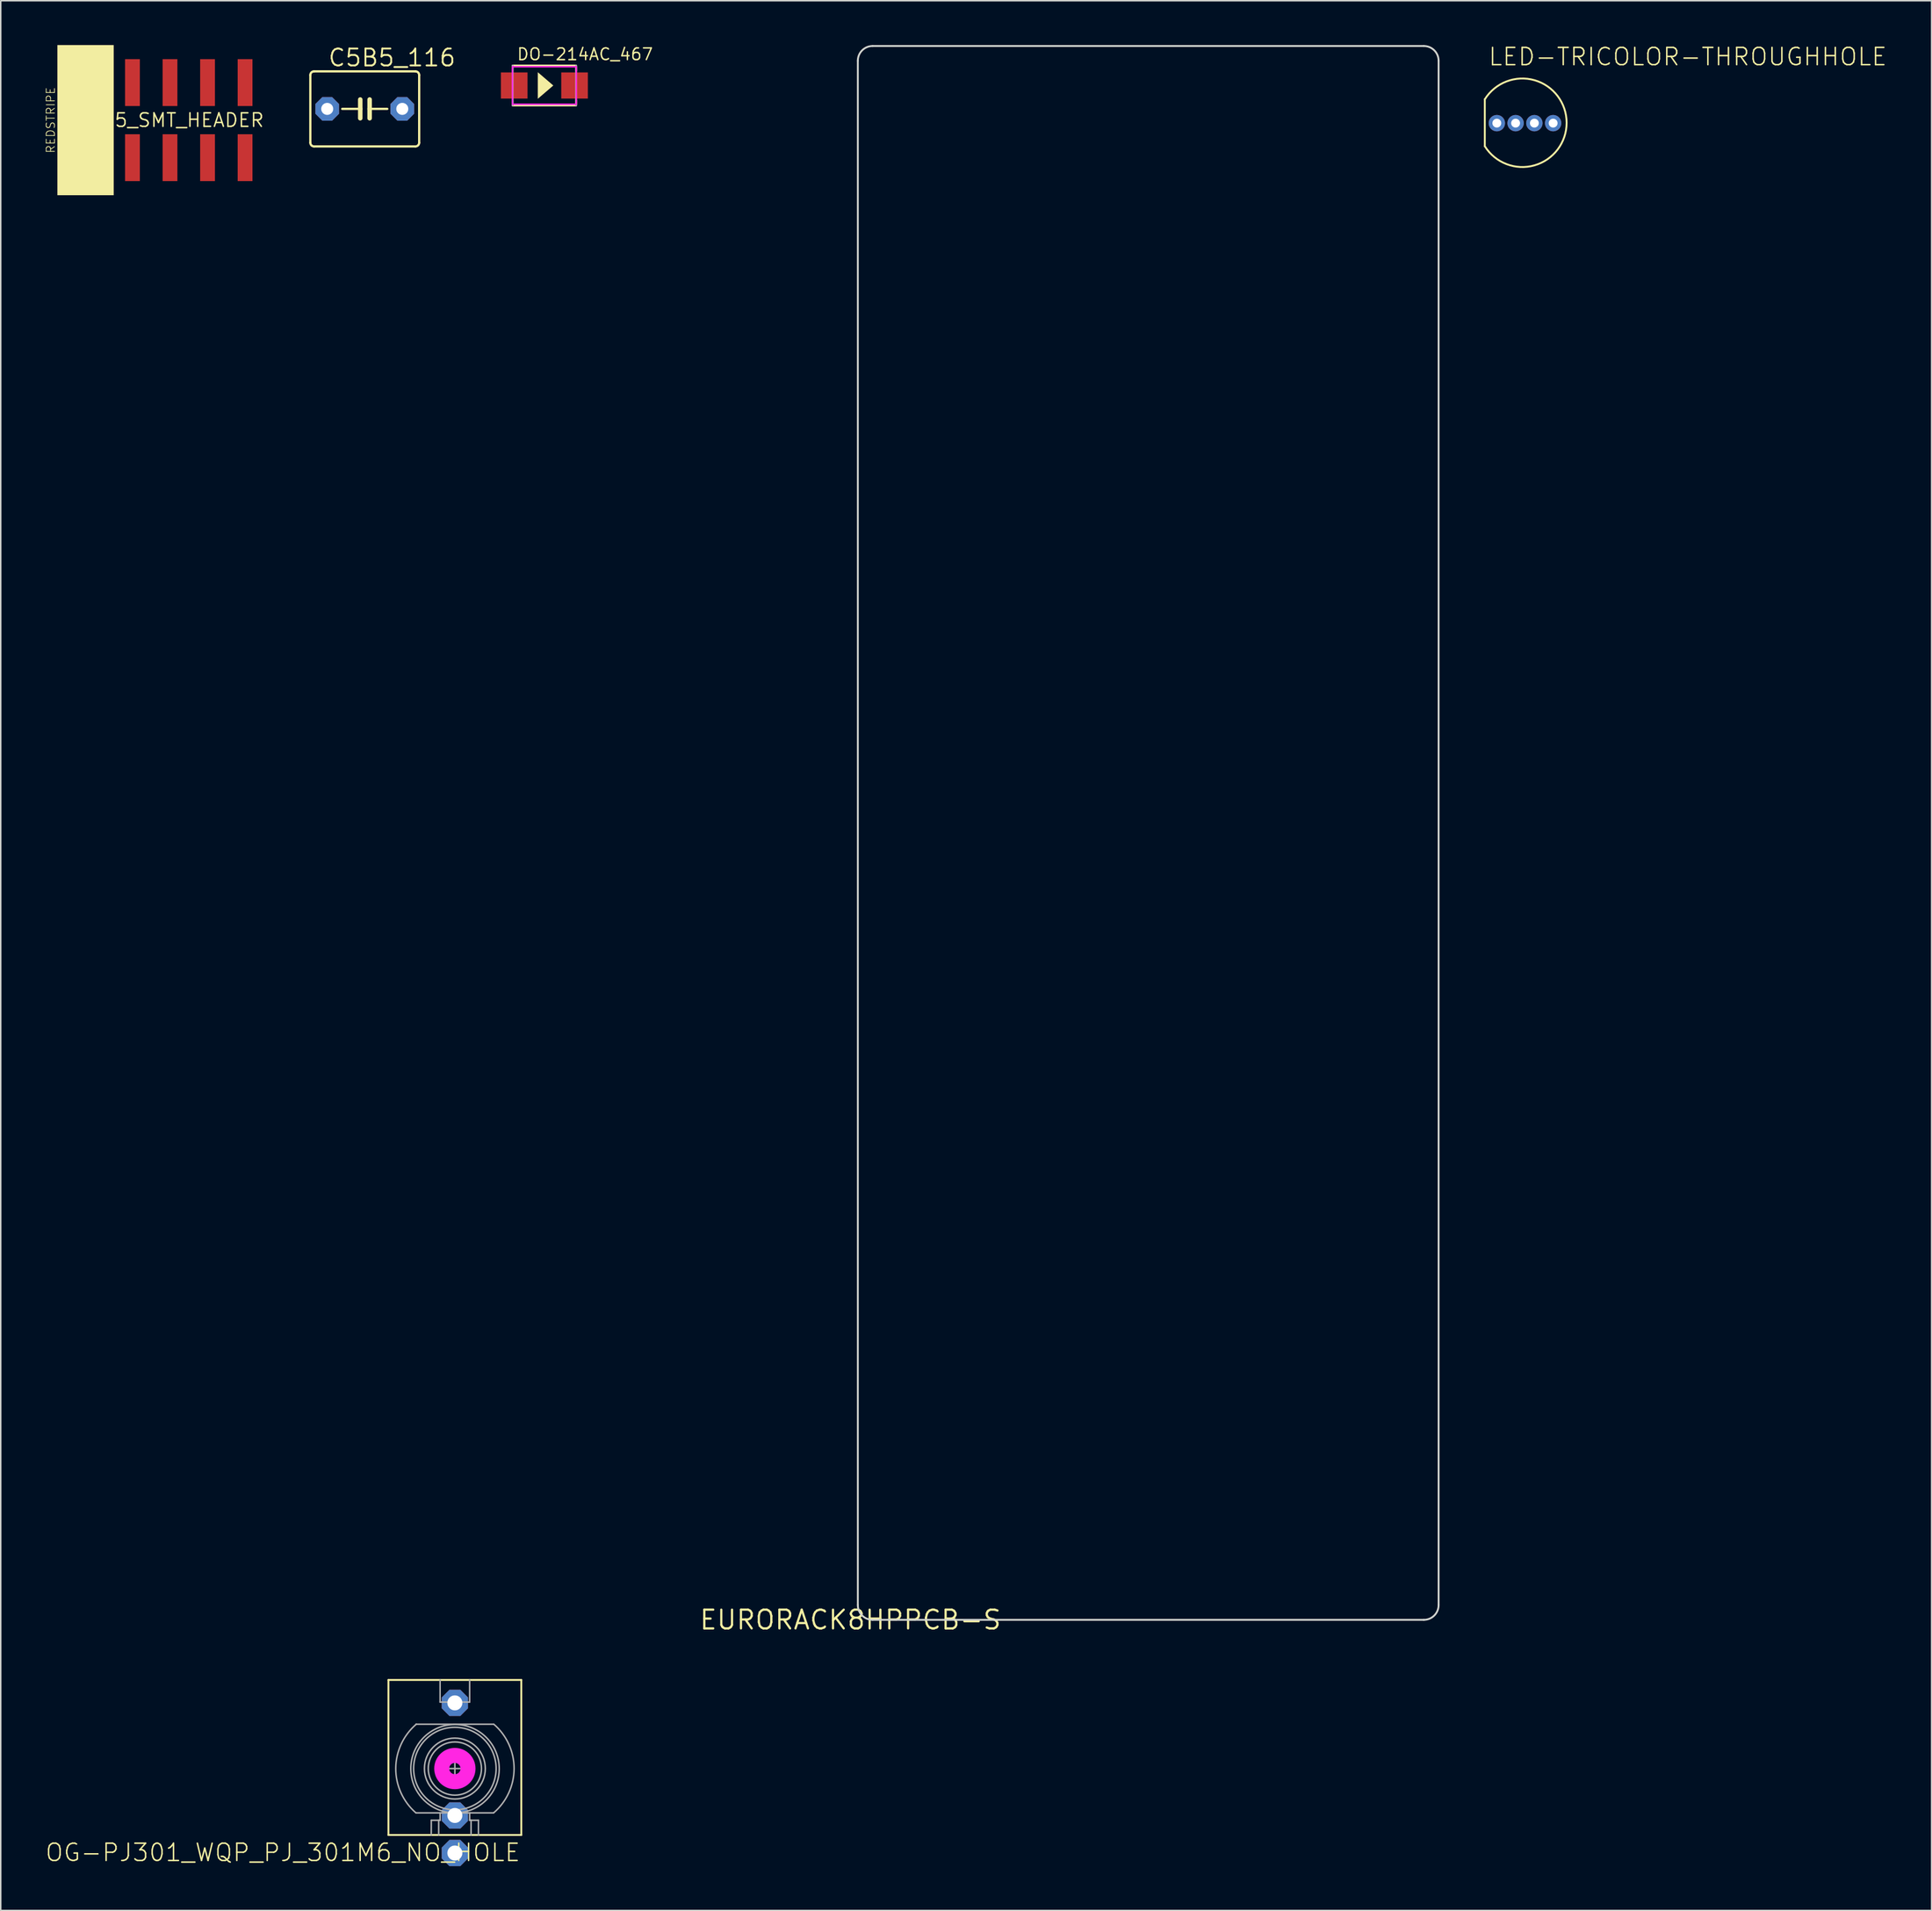
<source format=kicad_pcb>
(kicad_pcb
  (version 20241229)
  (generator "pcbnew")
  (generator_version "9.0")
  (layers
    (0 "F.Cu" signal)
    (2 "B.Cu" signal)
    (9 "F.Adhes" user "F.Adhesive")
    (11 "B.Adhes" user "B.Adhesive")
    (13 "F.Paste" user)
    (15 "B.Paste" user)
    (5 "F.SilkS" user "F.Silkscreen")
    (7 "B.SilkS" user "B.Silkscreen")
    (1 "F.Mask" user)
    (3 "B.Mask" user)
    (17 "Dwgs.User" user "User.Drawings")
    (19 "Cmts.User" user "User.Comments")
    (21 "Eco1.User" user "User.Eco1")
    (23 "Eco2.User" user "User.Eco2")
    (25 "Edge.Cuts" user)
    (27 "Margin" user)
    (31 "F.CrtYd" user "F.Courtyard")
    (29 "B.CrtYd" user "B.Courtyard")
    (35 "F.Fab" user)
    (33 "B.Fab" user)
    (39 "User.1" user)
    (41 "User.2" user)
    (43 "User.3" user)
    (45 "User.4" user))
  (footprint "EURORACK8HPPCB-S"
    (layer "F.Cu")
    (at 54.497 106.564)
    (property "Reference" "EURORACK8HPPCB-S" (at 0 0 0) (layer "F.SilkS") (effects (font (size 1.27 1.27) (thickness 0.15))))
    (fp_line (start 0.5 -105.5) (end 0.5 -1) (stroke (width 0.127) (type solid)) (layer "Edge.Cuts"))
    (fp_line (start 1.5 0) (end 38.8 0) (stroke (width 0.127) (type solid)) (layer "Edge.Cuts"))
    (fp_line (start 38.8 -106.5) (end 1.5 -106.5) (stroke (width 0.127) (type solid)) (layer "Edge.Cuts"))
    (fp_line (start 39.8 -1) (end 39.8 -105.5) (stroke (width 0.127) (type solid)) (layer "Edge.Cuts"))
    (fp_arc (start 0.5 -105.5) (mid 0.792893 -106.207107) (end 1.5 -106.5) (stroke (width 0.127) (type solid)) (layer "Edge.Cuts"))
    (fp_arc (start 1.5 0) (mid 0.792893 -0.292893) (end 0.5 -1) (stroke (width 0.127) (type solid)) (layer "Edge.Cuts"))
    (fp_arc (start 38.8 -106.5) (mid 39.507107 -106.207107) (end 39.8 -105.5) (stroke (width 0.127) (type solid)) (layer "Edge.Cuts"))
    (fp_arc (start 39.8 -1) (mid 39.507107 -0.292893) (end 38.8 0) (stroke (width 0.127) (type solid)) (layer "Edge.Cuts")))
  (footprint "DO-214AC_467"
    (layer "F.Cu")
    (at 33.786 2.736)
    (property "Reference" "DO-214AC_467" (at -1.905 -1.651 0) (unlocked yes) (layer "F.SilkS") (effects (font (size 0.791 0.791) (thickness 0.098)) (justify left bottom)))
    (fp_line (start -2.15 -1.3) (end -2.15 -1) (stroke (width 0.127) (type solid)) (layer "F.SilkS"))
    (fp_line (start -2.15 1.3) (end -2.15 1) (stroke (width 0.127) (type solid)) (layer "F.SilkS"))
    (fp_line (start -2.145 -1.35) (end 2.145 -1.35) (stroke (width 0.127) (type solid)) (layer "F.SilkS"))
    (fp_line (start 2.145 1.35) (end -2.145 1.35) (stroke (width 0.127) (type solid)) (layer "F.SilkS"))
    (fp_line (start 2.15 -1.3) (end 2.15 -1) (stroke (width 0.127) (type solid)) (layer "F.SilkS"))
    (fp_line (start 2.15 1.3) (end 2.15 1) (stroke (width 0.127) (type solid)) (layer "F.SilkS"))
    (fp_poly (pts (xy 0.606 0) (xy -0.445 0.9) (xy -0.445 -0.9)) (stroke (width 0) (type default)) (fill yes) (layer "F.SilkS"))
    (fp_poly (pts (xy -2.159 1.27) (xy 2.159 1.27) (xy 2.159 -1.27) (xy -2.159 -1.27)) (stroke (width 0.1) (type default)) (fill no) (layer "F.CrtYd"))
    (fp_line (start -2.145 1.35) (end -2.145 -1.35) (stroke (width 0.127) (type solid)) (layer "F.Fab"))
    (fp_line (start 2.145 -1.35) (end 2.145 1.35) (stroke (width 0.127) (type solid)) (layer "F.Fab"))
    (pad "1" smd rect (at -2.042 0 90) (size 1.77 1.8) (layers "F.Cu" "F.Mask" "F.Paste"))
    (pad "2" smd rect (at 2.042 0 90) (size 1.77 1.8) (layers "F.Cu" "F.Mask" "F.Paste")))
  (footprint "OG-PJ301_WQP_PJ_301M6_NO_HOLE"
    (layer "F.Cu")
    (at 27.73 116.628)
    (property "Reference" "OG-PJ301_WQP_PJ_301M6_NO_HOLE" (at 4.5 5 0) (unlocked yes) (layer "F.SilkS") (effects (font (size 1.168 1.168) (thickness 0.102)) (justify right top)))
    (fp_line (start -4.496 -5.994) (end 4.496 -5.994) (stroke (width 0.127) (type solid)) (layer "F.SilkS"))
    (fp_line (start -4.496 4.496) (end -4.496 -5.994) (stroke (width 0.127) (type solid)) (layer "F.SilkS"))
    (fp_line (start 4.496 -5.994) (end 4.496 4.496) (stroke (width 0.127) (type solid)) (layer "F.SilkS"))
    (fp_line (start 4.496 4.496) (end -4.496 4.496) (stroke (width 0.127) (type solid)) (layer "F.SilkS"))
    (fp_circle (center 0 0) (end 0.381 0) (stroke (width 1.016) (type solid)) (fill no) (layer "F.CrtYd"))
    (fp_line (start -2.631 -3) (end 2.62 -3) (stroke (width 0.102) (type solid)) (layer "F.Fab"))
    (fp_line (start -2.631 3) (end 2.62 3) (stroke (width 0.102) (type solid)) (layer "F.Fab"))
    (fp_line (start -1.6 4.496) (end -1.595 3.5) (stroke (width 0.102) (type solid)) (layer "F.Fab"))
    (fp_line (start -1.595 3.5) (end -1.095 3.5) (stroke (width 0.102) (type solid)) (layer "F.Fab"))
    (fp_line (start -1.095 3.5) (end -1.095 4.5) (stroke (width 0.102) (type solid)) (layer "F.Fab"))
    (fp_line (start -1.095 3.5) (end -1 3.5) (stroke (width 0.102) (type solid)) (layer "F.Fab"))
    (fp_line (start -1 -4.5) (end -1 -6) (stroke (width 0.102) (type solid)) (layer "F.Fab"))
    (fp_line (start -1 0) (end 1 0) (stroke (width 0.102) (type solid)) (layer "F.Fab"))
    (fp_line (start -1 3.5) (end -1 3) (stroke (width 0.102) (type solid)) (layer "F.Fab"))
    (fp_line (start 0 -1) (end 0 1) (stroke (width 0.102) (type solid)) (layer "F.Fab"))
    (fp_line (start 1 -6) (end 1 -4.5) (stroke (width 0.102) (type solid)) (layer "F.Fab"))
    (fp_line (start 1 -4.5) (end -1 -4.5) (stroke (width 0.102) (type solid)) (layer "F.Fab"))
    (fp_line (start 1 3) (end 1 3.5) (stroke (width 0.102) (type solid)) (layer "F.Fab"))
    (fp_line (start 1 3.5) (end 1.095 3.5) (stroke (width 0.102) (type solid)) (layer "F.Fab"))
    (fp_line (start 1.095 3.5) (end 1.095 4.5) (stroke (width 0.102) (type solid)) (layer "F.Fab"))
    (fp_line (start 1.095 3.5) (end 1.595 3.5) (stroke (width 0.102) (type solid)) (layer "F.Fab"))
    (fp_line (start 1.595 3.5) (end 1.595 4.5) (stroke (width 0.102) (type solid)) (layer "F.Fab"))
    (fp_arc (start -2.641998 2.994) (mid -3.999529 -0.012791) (end -2.608 -3.004) (stroke (width 0.1016) (type solid)) (layer "F.Fab"))
    (fp_arc (start 2.642 -2.994) (mid 4.007235 0.003208) (end 2.628 2.994) (stroke (width 0.1016) (type solid)) (layer "F.Fab"))
    (fp_circle (center 0 0) (end 1.8 0) (stroke (width 0.102) (type solid)) (fill no) (layer "F.Fab"))
    (fp_circle (center 0 0) (end 2.06 0) (stroke (width 0.102) (type solid)) (fill no) (layer "F.Fab"))
    (fp_circle (center 0 0) (end 2.791 0) (stroke (width 0.102) (type solid)) (fill no) (layer "F.Fab"))
    (fp_circle (center 0.01 0.01) (end 3.002 0.01) (stroke (width 0.102) (type solid)) (fill no) (layer "F.Fab"))
    (pad "P1" thru_hole roundrect (at 0 5.715) (size 1.778 1.778) (drill 1.016) (layers "*.Cu" "*.Mask") (roundrect_rratio 0.25) (chamfer_ratio 0.293) (chamfer top_left top_right bottom_left bottom_right))
    (pad "P2" thru_hole roundrect (at 0 3.175) (size 1.778 1.778) (drill 1.016) (layers "*.Cu" "*.Mask") (roundrect_rratio 0.25) (chamfer_ratio 0.293) (chamfer top_left top_right bottom_left bottom_right))
    (pad "P3" thru_hole roundrect (at 0 -4.445) (size 1.778 1.778) (drill 1.016) (layers "*.Cu" "*.Mask") (roundrect_rratio 0.25) (chamfer_ratio 0.293) (chamfer top_left top_right bottom_left bottom_right))
    (zone (net_name "") (layer "F.Cu") (hatch edge 0.5) (connect_pads) (min_thickness 0.25) (filled_areas_thickness no) (keepout (tracks allowed) (vias allowed) (pads allowed) (copperpour not_allowed) (footprints allowed)) (placement (enabled no)) (fill) (polygon (pts (xy 27.73 117.628) (xy 27.925 117.608) (xy 28.113 117.551) (xy 28.286 117.459) (xy 28.437 117.335) (xy 28.561 117.183) (xy 28.654 117.01) (xy 28.73 116.628) (xy 28.711 116.433) (xy 28.654 116.245) (xy 28.561 116.072) (xy 28.437 115.92) (xy 28.286 115.796) (xy 28.113 115.704) (xy 27.73 115.628) (xy 27.535 115.647) (xy 27.347 115.704) (xy 27.174 115.796) (xy 27.023 115.92) (xy 26.898 116.072) (xy 26.806 116.245) (xy 26.73 116.628) (xy 26.749 116.823) (xy 26.806 117.01) (xy 26.898 117.183) (xy 27.023 117.335) (xy 27.174 117.459) (xy 27.347 117.551)))))
  (footprint "LED-TRICOLOR-THROUGHHOLE"
    (layer "F.Cu")
    (at 100.142 5.283)
    (property "Reference" "LED-TRICOLOR-THROUGHHOLE" (at -2.54 -3.81 0) (unlocked yes) (layer "F.SilkS") (effects (font (size 1.168 1.168) (thickness 0.102)) (justify left bottom)))
    (fp_line (start -2.718 -1.613) (end -2.718 1.562) (stroke (width 0.127) (type solid)) (layer "F.SilkS"))
    (fp_arc (start -2.7178 -1.6129) (mid 2.817491 -0.025401) (end -2.717799 1.562101) (stroke (width 0.127) (type solid)) (layer "F.SilkS"))
    (pad "BLU" thru_hole circle (at 0.635 0 90) (size 1.108 1.108) (drill 0.6) (layers "*.Cu" "*.Mask"))
    (pad "GND" thru_hole circle (at -0.635 0 90) (size 1.108 1.108) (drill 0.6) (layers "*.Cu" "*.Mask"))
    (pad "GRN" thru_hole circle (at 1.905 0 90) (size 1.108 1.108) (drill 0.6) (layers "*.Cu" "*.Mask"))
    (pad "RED" thru_hole circle (at -1.905 0 270) (size 1.108 1.108) (drill 0.6) (layers "*.Cu" "*.Mask")))
  (footprint "2X05_SMT_HEADER"
    (layer "F.Cu")
    (at 8.454 5.08)
    (property "Reference" "2X05_SMT_HEADER" (at 0 0 0) (unlocked yes) (layer "F.SilkS") (effects (font (size 0.914 0.914) (thickness 0.102))))
    (fp_poly (pts (xy -7.62 5.08) (xy -3.81 5.08) (xy -3.81 -5.08) (xy -7.62 -5.08)) (stroke (width 0) (type default)) (fill yes) (layer "F.SilkS"))
    (fp_text user "REDSTRIPE" (at -7.747 0 90) (unlocked yes) (layer "F.SilkS") (effects (font (size 0.561 0.561) (thickness 0.049)) (justify bottom)))
    (pad "1" smd rect (at -5.08 2.54 270) (size 3.17 1) (layers "F.Cu" "F.Mask" "F.Paste"))
    (pad "2" smd rect (at -5.08 -2.54 270) (size 3.17 1) (layers "F.Cu" "F.Mask" "F.Paste"))
    (pad "3" smd rect (at -2.54 2.54 270) (size 3.17 1) (layers "F.Cu" "F.Mask" "F.Paste"))
    (pad "4" smd rect (at -2.54 -2.54 270) (size 3.17 1) (layers "F.Cu" "F.Mask" "F.Paste"))
    (pad "5" smd rect (at 0 2.54 270) (size 3.17 1) (layers "F.Cu" "F.Mask" "F.Paste"))
    (pad "6" smd rect (at 0 -2.54 270) (size 3.17 1) (layers "F.Cu" "F.Mask" "F.Paste"))
    (pad "7" smd rect (at 2.54 2.54 270) (size 3.17 1) (layers "F.Cu" "F.Mask" "F.Paste"))
    (pad "8" smd rect (at 2.54 -2.54 270) (size 3.17 1) (layers "F.Cu" "F.Mask" "F.Paste"))
    (pad "9" smd rect (at 5.08 2.54 270) (size 3.17 1) (layers "F.Cu" "F.Mask" "F.Paste"))
    (pad "10" smd rect (at 5.08 -2.54 270) (size 3.17 1) (layers "F.Cu" "F.Mask" "F.Paste")))
  (footprint "C5B5_116"
    (layer "F.Cu")
    (at 21.632 4.318)
    (property "Reference" "C5B5_116" (at -2.54 -2.794 0) (unlocked yes) (layer "F.SilkS") (effects (font (size 1.143 1.143) (thickness 0.127)) (justify left bottom)))
    (fp_line (start -3.683 -2.286) (end -3.683 2.286) (stroke (width 0.152) (type solid)) (layer "F.SilkS"))
    (fp_line (start -3.429 2.54) (end 3.429 2.54) (stroke (width 0.152) (type solid)) (layer "F.SilkS"))
    (fp_line (start -0.305 -0.635) (end -0.305 0) (stroke (width 0.305) (type solid)) (layer "F.SilkS"))
    (fp_line (start -0.305 0) (end -1.524 0) (stroke (width 0.152) (type solid)) (layer "F.SilkS"))
    (fp_line (start -0.305 0) (end -0.305 0.635) (stroke (width 0.305) (type solid)) (layer "F.SilkS"))
    (fp_line (start 0.33 -0.635) (end 0.33 0) (stroke (width 0.305) (type solid)) (layer "F.SilkS"))
    (fp_line (start 0.33 0) (end 0.33 0.635) (stroke (width 0.305) (type solid)) (layer "F.SilkS"))
    (fp_line (start 0.33 0) (end 1.524 0) (stroke (width 0.152) (type solid)) (layer "F.SilkS"))
    (fp_line (start 3.429 -2.54) (end -3.429 -2.54) (stroke (width 0.152) (type solid)) (layer "F.SilkS"))
    (fp_line (start 3.683 2.286) (end 3.683 -2.286) (stroke (width 0.152) (type solid)) (layer "F.SilkS"))
    (fp_arc (start -3.683 -2.286) (mid -3.608605 -2.465605) (end -3.429 -2.54) (stroke (width 0.1524) (type solid)) (layer "F.SilkS"))
    (fp_arc (start -3.429 2.54) (mid -3.608605 2.465605) (end -3.683 2.286) (stroke (width 0.1524) (type solid)) (layer "F.SilkS"))
    (fp_arc (start 3.429 -2.54) (mid 3.608605 -2.465605) (end 3.683 -2.286) (stroke (width 0.1524) (type solid)) (layer "F.SilkS"))
    (fp_arc (start 3.683 2.286) (mid 3.608605 2.465605) (end 3.429 2.54) (stroke (width 0.1524) (type solid)) (layer "F.SilkS"))
    (pad "1" thru_hole roundrect (at -2.54 0) (size 1.6 1.6) (drill 0.813) (layers "*.Cu" "*.Mask") (roundrect_rratio 0.25) (chamfer_ratio 0.293) (chamfer top_left top_right bottom_left bottom_right))
    (pad "2" thru_hole roundrect (at 2.54 0) (size 1.6 1.6) (drill 0.813) (layers "*.Cu" "*.Mask") (roundrect_rratio 0.25) (chamfer_ratio 0.293) (chamfer top_left top_right bottom_left bottom_right)))
  (gr_rect
    (start -3 -3)
    (end 127.658 126.232)
    (stroke (width 0.1) (type default))
    (fill no)
    (layer "Edge.Cuts")))
</source>
